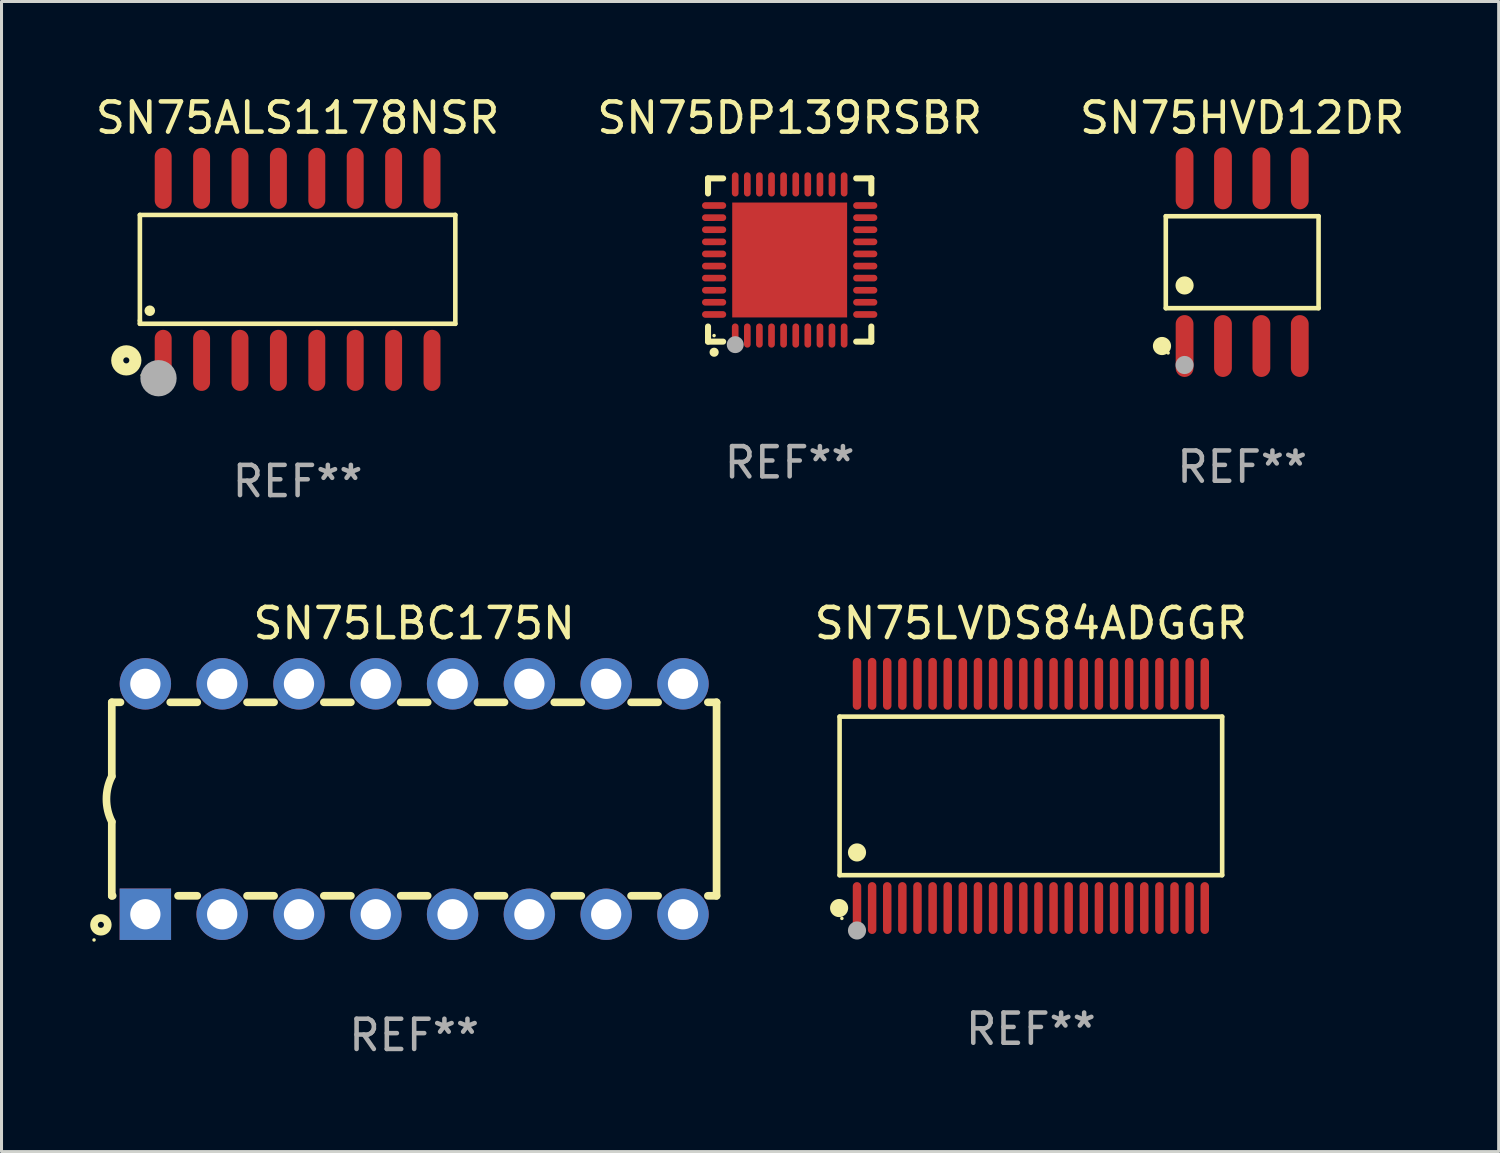
<source format=kicad_pcb>
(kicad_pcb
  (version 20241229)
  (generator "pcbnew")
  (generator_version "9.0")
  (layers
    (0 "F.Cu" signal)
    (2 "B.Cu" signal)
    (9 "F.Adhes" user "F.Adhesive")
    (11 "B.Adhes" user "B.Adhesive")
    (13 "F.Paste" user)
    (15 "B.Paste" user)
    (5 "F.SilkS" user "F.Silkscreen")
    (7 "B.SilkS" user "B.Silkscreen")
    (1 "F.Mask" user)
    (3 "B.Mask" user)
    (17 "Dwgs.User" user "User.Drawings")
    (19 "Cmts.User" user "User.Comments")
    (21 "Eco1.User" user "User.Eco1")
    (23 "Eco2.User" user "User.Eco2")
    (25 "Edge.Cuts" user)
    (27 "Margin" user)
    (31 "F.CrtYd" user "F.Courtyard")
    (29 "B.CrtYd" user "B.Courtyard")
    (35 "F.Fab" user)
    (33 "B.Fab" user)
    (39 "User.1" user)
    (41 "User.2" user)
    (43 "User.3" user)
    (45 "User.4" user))
  (footprint "SN75HVD12DR"
    (layer "F.Cu")
    (at 38.03 5.621)
    (property "Reference" "SN75HVD12DR" (at 0 -4.772 0) (layer "F.SilkS") (effects (font (size 1 1) (thickness 0.15))))
    (attr through_hole)
    (fp_line (start -2.526 -1.521) (end 2.526 -1.521) (stroke (width 0.152) (type solid)) (layer "F.SilkS"))
    (fp_line (start -2.526 1.521) (end -2.526 -1.521) (stroke (width 0.152) (type solid)) (layer "F.SilkS"))
    (fp_line (start 2.526 -1.521) (end 2.526 1.521) (stroke (width 0.152) (type solid)) (layer "F.SilkS"))
    (fp_line (start 2.526 1.521) (end -2.526 1.521) (stroke (width 0.152) (type solid)) (layer "F.SilkS"))
    (fp_circle (center -2.652 2.772) (end -2.501 2.772) (stroke (width 0.3) (type solid)) (fill no) (layer "F.SilkS"))
    (fp_circle (center -2.45 3) (end -2.42 3) (stroke (width 0.06) (type solid)) (fill no) (layer "F.SilkS"))
    (fp_circle (center -1.905 0.769) (end -1.755 0.769) (stroke (width 0.3) (type solid)) (fill no) (layer "F.SilkS"))
    (fp_circle (center -1.905 3.4) (end -1.755 3.4) (stroke (width 0.3) (type solid)) (fill no) (layer "F.Fab"))
    (fp_text user "REF**" (at 0 6.772 0) (layer "F.Fab") (effects (font (size 1 1) (thickness 0.15))))
    (pad "1" smd oval (at -1.905 2.772) (size 0.588 2.045) (layers "F.Cu" "F.Mask" "F.Paste"))
    (pad "2" smd oval (at -0.635 2.772) (size 0.588 2.045) (layers "F.Cu" "F.Mask" "F.Paste"))
    (pad "3" smd oval (at 0.635 2.772) (size 0.588 2.045) (layers "F.Cu" "F.Mask" "F.Paste"))
    (pad "4" smd oval (at 1.905 2.772) (size 0.588 2.045) (layers "F.Cu" "F.Mask" "F.Paste"))
    (pad "5" smd oval (at 1.905 -2.772) (size 0.588 2.045) (layers "F.Cu" "F.Mask" "F.Paste"))
    (pad "6" smd oval (at 0.635 -2.772) (size 0.588 2.045) (layers "F.Cu" "F.Mask" "F.Paste"))
    (pad "7" smd oval (at -0.635 -2.772) (size 0.588 2.045) (layers "F.Cu" "F.Mask" "F.Paste"))
    (pad "8" smd oval (at -1.905 -2.772) (size 0.588 2.045) (layers "F.Cu" "F.Mask" "F.Paste")))
  (footprint "SN75LBC175N"
    (layer "F.Cu")
    (at 10.647 23.375)
    (property "Reference" "SN75LBC175N" (at 0 -5.81 0) (layer "F.SilkS") (effects (font (size 1 1) (thickness 0.15))))
    (attr through_hole)
    (fp_line (start -10 -3.2) (end -10 -0.75) (stroke (width 0.254) (type solid)) (layer "F.SilkS"))
    (fp_line (start -10 -3.2) (end -9.713 -3.2) (stroke (width 0.254) (type solid)) (layer "F.SilkS"))
    (fp_line (start -10 3.2) (end -10 0.75) (stroke (width 0.254) (type solid)) (layer "F.SilkS"))
    (fp_line (start -10 3.2) (end -9.971 3.2) (stroke (width 0.254) (type solid)) (layer "F.SilkS"))
    (fp_line (start -8.067 -3.2) (end -7.173 -3.2) (stroke (width 0.254) (type solid)) (layer "F.SilkS"))
    (fp_line (start -7.809 3.2) (end -7.173 3.2) (stroke (width 0.254) (type solid)) (layer "F.SilkS"))
    (fp_line (start -5.527 3.2) (end -4.633 3.2) (stroke (width 0.254) (type solid)) (layer "F.SilkS"))
    (fp_line (start -5.527 -3.2) (end -4.633 -3.2) (stroke (width 0.254) (type solid)) (layer "F.SilkS"))
    (fp_line (start -2.987 3.2) (end -2.093 3.2) (stroke (width 0.254) (type solid)) (layer "F.SilkS"))
    (fp_line (start -2.987 -3.2) (end -2.093 -3.2) (stroke (width 0.254) (type solid)) (layer "F.SilkS"))
    (fp_line (start -0.447 3.2) (end 0.447 3.2) (stroke (width 0.254) (type solid)) (layer "F.SilkS"))
    (fp_line (start -0.447 -3.2) (end 0.447 -3.2) (stroke (width 0.254) (type solid)) (layer "F.SilkS"))
    (fp_line (start 2.093 3.2) (end 2.987 3.2) (stroke (width 0.254) (type solid)) (layer "F.SilkS"))
    (fp_line (start 2.093 -3.2) (end 2.987 -3.2) (stroke (width 0.254) (type solid)) (layer "F.SilkS"))
    (fp_line (start 4.633 3.2) (end 5.527 3.2) (stroke (width 0.254) (type solid)) (layer "F.SilkS"))
    (fp_line (start 4.633 -3.2) (end 5.527 -3.2) (stroke (width 0.254) (type solid)) (layer "F.SilkS"))
    (fp_line (start 7.173 3.2) (end 8.067 3.2) (stroke (width 0.254) (type solid)) (layer "F.SilkS"))
    (fp_line (start 7.173 -3.2) (end 8.067 -3.2) (stroke (width 0.254) (type solid)) (layer "F.SilkS"))
    (fp_line (start 9.713 3.2) (end 10 3.2) (stroke (width 0.254) (type solid)) (layer "F.SilkS"))
    (fp_line (start 9.713 -3.2) (end 10 -3.2) (stroke (width 0.254) (type solid)) (layer "F.SilkS"))
    (fp_line (start 10 -3.2) (end 10 3.2) (stroke (width 0.254) (type solid)) (layer "F.SilkS"))
    (fp_arc (start -10 0.748793) (mid -10.176918 -0.000607) (end -10.000025 -0.750013) (stroke (width 0.254001) (type solid)) (layer "F.SilkS"))
    (fp_circle (center -10.587 4.66) (end -10.557 4.66) (stroke (width 0.06) (type solid)) (fill no) (layer "F.SilkS"))
    (fp_circle (center -10.36 4.16) (end -10.26 4.16) (stroke (width 0.254) (type solid)) (fill no) (layer "F.SilkS"))
    (fp_text user "REF**" (at 0 7.81 0) (layer "F.Fab") (effects (font (size 1 1) (thickness 0.15))))
    (pad "1" thru_hole rect (at -8.89 3.81 90) (size 1.7 1.7) (drill 1) (layers "*.Cu" "*.Mask"))
    (pad "2" thru_hole circle (at -6.35 3.81) (size 1.7 1.7) (drill 1) (layers "*.Cu" "*.Mask"))
    (pad "3" thru_hole circle (at -3.81 3.81) (size 1.7 1.7) (drill 1) (layers "*.Cu" "*.Mask"))
    (pad "4" thru_hole circle (at -1.27 3.81) (size 1.7 1.7) (drill 1) (layers "*.Cu" "*.Mask"))
    (pad "5" thru_hole circle (at 1.27 3.81) (size 1.7 1.7) (drill 1) (layers "*.Cu" "*.Mask"))
    (pad "6" thru_hole circle (at 3.81 3.81) (size 1.7 1.7) (drill 1) (layers "*.Cu" "*.Mask"))
    (pad "7" thru_hole circle (at 6.35 3.81) (size 1.7 1.7) (drill 1) (layers "*.Cu" "*.Mask"))
    (pad "8" thru_hole circle (at 8.89 3.81) (size 1.7 1.7) (drill 1) (layers "*.Cu" "*.Mask"))
    (pad "9" thru_hole circle (at 8.89 -3.81) (size 1.7 1.7) (drill 1) (layers "*.Cu" "*.Mask"))
    (pad "10" thru_hole circle (at 6.35 -3.81) (size 1.7 1.7) (drill 1) (layers "*.Cu" "*.Mask"))
    (pad "11" thru_hole circle (at 3.81 -3.81) (size 1.7 1.7) (drill 1) (layers "*.Cu" "*.Mask"))
    (pad "12" thru_hole circle (at 1.27 -3.81) (size 1.7 1.7) (drill 1) (layers "*.Cu" "*.Mask"))
    (pad "13" thru_hole circle (at -1.27 -3.81) (size 1.7 1.7) (drill 1) (layers "*.Cu" "*.Mask"))
    (pad "14" thru_hole circle (at -3.81 -3.81) (size 1.7 1.7) (drill 1) (layers "*.Cu" "*.Mask"))
    (pad "15" thru_hole circle (at -6.35 -3.81) (size 1.7 1.7) (drill 1) (layers "*.Cu" "*.Mask"))
    (pad "16" thru_hole circle (at -8.89 -3.81) (size 1.7 1.7) (drill 1) (layers "*.Cu" "*.Mask")))
  (footprint "SN75LVDS84ADGGR"
    (layer "F.Cu")
    (at 31.042 23.272)
    (property "Reference" "SN75LVDS84ADGGR" (at 0 -5.708 0) (layer "F.SilkS") (effects (font (size 1 1) (thickness 0.15))))
    (attr through_hole)
    (fp_line (start -6.326 -2.622) (end 6.326 -2.622) (stroke (width 0.152) (type solid)) (layer "F.SilkS"))
    (fp_line (start -6.326 2.621) (end -6.326 -2.622) (stroke (width 0.152) (type solid)) (layer "F.SilkS"))
    (fp_line (start 6.326 -2.622) (end 6.326 2.621) (stroke (width 0.152) (type solid)) (layer "F.SilkS"))
    (fp_line (start 6.326 2.621) (end -6.326 2.621) (stroke (width 0.152) (type solid)) (layer "F.SilkS"))
    (fp_circle (center -6.342 3.708) (end -6.192 3.708) (stroke (width 0.3) (type solid)) (fill no) (layer "F.SilkS"))
    (fp_circle (center -6.25 4.05) (end -6.22 4.05) (stroke (width 0.06) (type solid)) (fill no) (layer "F.SilkS"))
    (fp_circle (center -5.75 1.869) (end -5.6 1.869) (stroke (width 0.3) (type solid)) (fill no) (layer "F.SilkS"))
    (fp_circle (center -5.75 4.45) (end -5.6 4.45) (stroke (width 0.3) (type solid)) (fill no) (layer "F.Fab"))
    (fp_text user "REF**" (at 0 7.708 0) (layer "F.Fab") (effects (font (size 1 1) (thickness 0.15))))
    (pad "1" smd oval (at -5.75 3.708) (size 0.28 1.715) (layers "F.Cu" "F.Mask" "F.Paste"))
    (pad "2" smd oval (at -5.25 3.708) (size 0.28 1.715) (layers "F.Cu" "F.Mask" "F.Paste"))
    (pad "3" smd oval (at -4.75 3.708) (size 0.28 1.715) (layers "F.Cu" "F.Mask" "F.Paste"))
    (pad "4" smd oval (at -4.25 3.708) (size 0.28 1.715) (layers "F.Cu" "F.Mask" "F.Paste"))
    (pad "5" smd oval (at -3.75 3.708) (size 0.28 1.715) (layers "F.Cu" "F.Mask" "F.Paste"))
    (pad "6" smd oval (at -3.25 3.708) (size 0.28 1.715) (layers "F.Cu" "F.Mask" "F.Paste"))
    (pad "7" smd oval (at -2.75 3.708) (size 0.28 1.715) (layers "F.Cu" "F.Mask" "F.Paste"))
    (pad "8" smd oval (at -2.25 3.708) (size 0.28 1.715) (layers "F.Cu" "F.Mask" "F.Paste"))
    (pad "9" smd oval (at -1.75 3.708) (size 0.28 1.715) (layers "F.Cu" "F.Mask" "F.Paste"))
    (pad "10" smd oval (at -1.25 3.708) (size 0.28 1.715) (layers "F.Cu" "F.Mask" "F.Paste"))
    (pad "11" smd oval (at -0.75 3.708) (size 0.28 1.715) (layers "F.Cu" "F.Mask" "F.Paste"))
    (pad "12" smd oval (at -0.25 3.708) (size 0.28 1.715) (layers "F.Cu" "F.Mask" "F.Paste"))
    (pad "13" smd oval (at 0.25 3.708) (size 0.28 1.715) (layers "F.Cu" "F.Mask" "F.Paste"))
    (pad "14" smd oval (at 0.75 3.708) (size 0.28 1.715) (layers "F.Cu" "F.Mask" "F.Paste"))
    (pad "15" smd oval (at 1.25 3.708) (size 0.28 1.715) (layers "F.Cu" "F.Mask" "F.Paste"))
    (pad "16" smd oval (at 1.75 3.708) (size 0.28 1.715) (layers "F.Cu" "F.Mask" "F.Paste"))
    (pad "17" smd oval (at 2.25 3.708) (size 0.28 1.715) (layers "F.Cu" "F.Mask" "F.Paste"))
    (pad "18" smd oval (at 2.75 3.708) (size 0.28 1.715) (layers "F.Cu" "F.Mask" "F.Paste"))
    (pad "19" smd oval (at 3.25 3.708) (size 0.28 1.715) (layers "F.Cu" "F.Mask" "F.Paste"))
    (pad "20" smd oval (at 3.75 3.708) (size 0.28 1.715) (layers "F.Cu" "F.Mask" "F.Paste"))
    (pad "21" smd oval (at 4.25 3.708) (size 0.28 1.715) (layers "F.Cu" "F.Mask" "F.Paste"))
    (pad "22" smd oval (at 4.75 3.708) (size 0.28 1.715) (layers "F.Cu" "F.Mask" "F.Paste"))
    (pad "23" smd oval (at 5.25 3.708) (size 0.28 1.715) (layers "F.Cu" "F.Mask" "F.Paste"))
    (pad "24" smd oval (at 5.75 3.708) (size 0.28 1.715) (layers "F.Cu" "F.Mask" "F.Paste"))
    (pad "25" smd oval (at 5.75 -3.708) (size 0.28 1.715) (layers "F.Cu" "F.Mask" "F.Paste"))
    (pad "26" smd oval (at 5.25 -3.708) (size 0.28 1.715) (layers "F.Cu" "F.Mask" "F.Paste"))
    (pad "27" smd oval (at 4.75 -3.708) (size 0.28 1.715) (layers "F.Cu" "F.Mask" "F.Paste"))
    (pad "28" smd oval (at 4.25 -3.708) (size 0.28 1.715) (layers "F.Cu" "F.Mask" "F.Paste"))
    (pad "29" smd oval (at 3.75 -3.708) (size 0.28 1.715) (layers "F.Cu" "F.Mask" "F.Paste"))
    (pad "30" smd oval (at 3.25 -3.708) (size 0.28 1.715) (layers "F.Cu" "F.Mask" "F.Paste"))
    (pad "31" smd oval (at 2.75 -3.708) (size 0.28 1.715) (layers "F.Cu" "F.Mask" "F.Paste"))
    (pad "32" smd oval (at 2.25 -3.708) (size 0.28 1.715) (layers "F.Cu" "F.Mask" "F.Paste"))
    (pad "33" smd oval (at 1.75 -3.708) (size 0.28 1.715) (layers "F.Cu" "F.Mask" "F.Paste"))
    (pad "34" smd oval (at 1.25 -3.708) (size 0.28 1.715) (layers "F.Cu" "F.Mask" "F.Paste"))
    (pad "35" smd oval (at 0.75 -3.708) (size 0.28 1.715) (layers "F.Cu" "F.Mask" "F.Paste"))
    (pad "36" smd oval (at 0.25 -3.708) (size 0.28 1.715) (layers "F.Cu" "F.Mask" "F.Paste"))
    (pad "37" smd oval (at -0.25 -3.708) (size 0.28 1.715) (layers "F.Cu" "F.Mask" "F.Paste"))
    (pad "38" smd oval (at -0.75 -3.708) (size 0.28 1.715) (layers "F.Cu" "F.Mask" "F.Paste"))
    (pad "39" smd oval (at -1.25 -3.708) (size 0.28 1.715) (layers "F.Cu" "F.Mask" "F.Paste"))
    (pad "40" smd oval (at -1.75 -3.708) (size 0.28 1.715) (layers "F.Cu" "F.Mask" "F.Paste"))
    (pad "41" smd oval (at -2.25 -3.708) (size 0.28 1.715) (layers "F.Cu" "F.Mask" "F.Paste"))
    (pad "42" smd oval (at -2.75 -3.708) (size 0.28 1.715) (layers "F.Cu" "F.Mask" "F.Paste"))
    (pad "43" smd oval (at -3.25 -3.708) (size 0.28 1.715) (layers "F.Cu" "F.Mask" "F.Paste"))
    (pad "44" smd oval (at -3.75 -3.708) (size 0.28 1.715) (layers "F.Cu" "F.Mask" "F.Paste"))
    (pad "45" smd oval (at -4.25 -3.708) (size 0.28 1.715) (layers "F.Cu" "F.Mask" "F.Paste"))
    (pad "46" smd oval (at -4.75 -3.708) (size 0.28 1.715) (layers "F.Cu" "F.Mask" "F.Paste"))
    (pad "47" smd oval (at -5.25 -3.708) (size 0.28 1.715) (layers "F.Cu" "F.Mask" "F.Paste"))
    (pad "48" smd oval (at -5.75 -3.708) (size 0.28 1.715) (layers "F.Cu" "F.Mask" "F.Paste")))
  (footprint "SN75ALS1178NSR"
    (layer "F.Cu")
    (at 6.792 5.858)
    (property "Reference" "SN75ALS1178NSR" (at 0 -5.01 0) (layer "F.SilkS") (effects (font (size 1 1) (thickness 0.15))))
    (attr through_hole)
    (fp_line (start -5.216 -1.8) (end 5.216 -1.8) (stroke (width 0.152) (type solid)) (layer "F.SilkS"))
    (fp_line (start -5.216 1.695) (end -5.216 -1.8) (stroke (width 0.152) (type solid)) (layer "F.SilkS"))
    (fp_line (start -5.216 1.8) (end -5.216 1.695) (stroke (width 0.152) (type solid)) (layer "F.SilkS"))
    (fp_line (start 5.216 -1.8) (end 5.216 1.8) (stroke (width 0.152) (type solid)) (layer "F.SilkS"))
    (fp_line (start 5.216 1.8) (end -5.216 1.8) (stroke (width 0.152) (type solid)) (layer "F.SilkS"))
    (fp_circle (center -5.665 3.01) (end -5.565 3.01) (stroke (width 0.4) (type solid)) (fill no) (layer "F.SilkS"))
    (fp_circle (center -5.14 3.5) (end -5.11 3.5) (stroke (width 0.06) (type solid)) (fill no) (layer "F.SilkS"))
    (fp_circle (center -4.889 1.368) (end -4.801 1.368) (stroke (width 0.175) (type solid)) (fill no) (layer "F.SilkS"))
    (fp_circle (center -4.6 3.6) (end -4.3 3.6) (stroke (width 0.6) (type solid)) (fill no) (layer "F.Fab"))
    (fp_text user "REF**" (at 0 7.01 0) (layer "F.Fab") (effects (font (size 1 1) (thickness 0.15))))
    (pad "1" smd oval (at -4.445 3.01) (size 0.56 2.02) (layers "F.Cu" "F.Mask" "F.Paste"))
    (pad "2" smd oval (at -3.175 3.01) (size 0.56 2.02) (layers "F.Cu" "F.Mask" "F.Paste"))
    (pad "3" smd oval (at -1.905 3.01) (size 0.56 2.02) (layers "F.Cu" "F.Mask" "F.Paste"))
    (pad "4" smd oval (at -0.635 3.01) (size 0.56 2.02) (layers "F.Cu" "F.Mask" "F.Paste"))
    (pad "5" smd oval (at 0.635 3.01) (size 0.56 2.02) (layers "F.Cu" "F.Mask" "F.Paste"))
    (pad "6" smd oval (at 1.905 3.01) (size 0.56 2.02) (layers "F.Cu" "F.Mask" "F.Paste"))
    (pad "7" smd oval (at 3.175 3.01) (size 0.56 2.02) (layers "F.Cu" "F.Mask" "F.Paste"))
    (pad "8" smd oval (at 4.445 3.01) (size 0.56 2.02) (layers "F.Cu" "F.Mask" "F.Paste"))
    (pad "9" smd oval (at 4.445 -3.01) (size 0.56 2.02) (layers "F.Cu" "F.Mask" "F.Paste"))
    (pad "10" smd oval (at 3.175 -3.01) (size 0.56 2.02) (layers "F.Cu" "F.Mask" "F.Paste"))
    (pad "11" smd oval (at 1.905 -3.01) (size 0.56 2.02) (layers "F.Cu" "F.Mask" "F.Paste"))
    (pad "12" smd oval (at 0.635 -3.01) (size 0.56 2.02) (layers "F.Cu" "F.Mask" "F.Paste"))
    (pad "13" smd oval (at -0.635 -3.01) (size 0.56 2.02) (layers "F.Cu" "F.Mask" "F.Paste"))
    (pad "14" smd oval (at -1.905 -3.01) (size 0.56 2.02) (layers "F.Cu" "F.Mask" "F.Paste"))
    (pad "15" smd oval (at -3.175 -3.01) (size 0.56 2.02) (layers "F.Cu" "F.Mask" "F.Paste"))
    (pad "16" smd oval (at -4.445 -3.01) (size 0.56 2.02) (layers "F.Cu" "F.Mask" "F.Paste")))
  (footprint "SN75DP139RSBR"
    (layer "F.Cu")
    (at 23.065 5.548)
    (property "Reference" "SN75DP139RSBR" (at 0 -4.7 0) (layer "F.SilkS") (effects (font (size 1 1) (thickness 0.15))))
    (attr through_hole)
    (fp_line (start -2.7 -2.7) (end -2.7 -2.2) (stroke (width 0.2) (type solid)) (layer "F.SilkS"))
    (fp_line (start -2.7 2.7) (end -2.7 2.2) (stroke (width 0.2) (type solid)) (layer "F.SilkS"))
    (fp_line (start -2.2 -2.7) (end -2.7 -2.7) (stroke (width 0.2) (type solid)) (layer "F.SilkS"))
    (fp_line (start -2.2 2.7) (end -2.7 2.7) (stroke (width 0.2) (type solid)) (layer "F.SilkS"))
    (fp_line (start 2.7 -2.7) (end 2.2 -2.7) (stroke (width 0.2) (type solid)) (layer "F.SilkS"))
    (fp_line (start 2.7 -2.2) (end 2.7 -2.7) (stroke (width 0.2) (type solid)) (layer "F.SilkS"))
    (fp_line (start 2.7 2.2) (end 2.7 2.7) (stroke (width 0.2) (type solid)) (layer "F.SilkS"))
    (fp_line (start 2.7 2.7) (end 2.2 2.7) (stroke (width 0.2) (type solid)) (layer "F.SilkS"))
    (fp_arc (start -2.499365 3.050546) (mid -2.498095 3.050541) (end -2.496825 3.050546) (stroke (width 0.3) (type solid)) (layer "F.SilkS"))
    (fp_circle (center -2.5 2.5) (end -2.47 2.5) (stroke (width 0.06) (type solid)) (fill no) (layer "F.SilkS"))
    (fp_circle (center -1.8 2.8) (end -1.66 2.8) (stroke (width 0.28) (type solid)) (fill no) (layer "F.Fab"))
    (fp_text user "REF**" (at 0 6.7 0) (layer "F.Fab") (effects (font (size 1 1) (thickness 0.15))))
    (pad "1" smd oval (at -1.801 2.499 180) (size 0.22 0.8) (layers "F.Cu" "F.Mask" "F.Paste"))
    (pad "2" smd oval (at -1.4 2.499 180) (size 0.22 0.8) (layers "F.Cu" "F.Mask" "F.Paste"))
    (pad "3" smd oval (at -1.001 2.499 180) (size 0.22 0.8) (layers "F.Cu" "F.Mask" "F.Paste"))
    (pad "4" smd oval (at -0.6 2.499 180) (size 0.22 0.8) (layers "F.Cu" "F.Mask" "F.Paste"))
    (pad "5" smd oval (at -0.201 2.499 180) (size 0.22 0.8) (layers "F.Cu" "F.Mask" "F.Paste"))
    (pad "6" smd oval (at 0.201 2.499 180) (size 0.22 0.8) (layers "F.Cu" "F.Mask" "F.Paste"))
    (pad "7" smd oval (at 0.599 2.499 180) (size 0.22 0.8) (layers "F.Cu" "F.Mask" "F.Paste"))
    (pad "8" smd oval (at 1.001 2.499 180) (size 0.22 0.8) (layers "F.Cu" "F.Mask" "F.Paste"))
    (pad "9" smd oval (at 1.399 2.499 180) (size 0.22 0.8) (layers "F.Cu" "F.Mask" "F.Paste"))
    (pad "10" smd oval (at 1.801 2.499 180) (size 0.22 0.8) (layers "F.Cu" "F.Mask" "F.Paste"))
    (pad "11" smd oval (at 2.499 1.801 270) (size 0.22 0.8) (layers "F.Cu" "F.Mask" "F.Paste"))
    (pad "12" smd oval (at 2.499 1.399 270) (size 0.22 0.8) (layers "F.Cu" "F.Mask" "F.Paste"))
    (pad "13" smd oval (at 2.499 1.001 270) (size 0.22 0.8) (layers "F.Cu" "F.Mask" "F.Paste"))
    (pad "14" smd oval (at 2.499 0.599 270) (size 0.22 0.8) (layers "F.Cu" "F.Mask" "F.Paste"))
    (pad "15" smd oval (at 2.499 0.201 270) (size 0.22 0.8) (layers "F.Cu" "F.Mask" "F.Paste"))
    (pad "16" smd oval (at 2.499 -0.201 270) (size 0.22 0.8) (layers "F.Cu" "F.Mask" "F.Paste"))
    (pad "17" smd oval (at 2.499 -0.6 270) (size 0.22 0.8) (layers "F.Cu" "F.Mask" "F.Paste"))
    (pad "18" smd oval (at 2.499 -1.001 270) (size 0.22 0.8) (layers "F.Cu" "F.Mask" "F.Paste"))
    (pad "19" smd oval (at 2.499 -1.4 270) (size 0.22 0.8) (layers "F.Cu" "F.Mask" "F.Paste"))
    (pad "20" smd oval (at 2.499 -1.801 270) (size 0.22 0.8) (layers "F.Cu" "F.Mask" "F.Paste"))
    (pad "21" smd oval (at 1.801 -2.499) (size 0.22 0.8) (layers "F.Cu" "F.Mask" "F.Paste"))
    (pad "22" smd oval (at 1.399 -2.499) (size 0.22 0.8) (layers "F.Cu" "F.Mask" "F.Paste"))
    (pad "23" smd oval (at 1.001 -2.499) (size 0.22 0.8) (layers "F.Cu" "F.Mask" "F.Paste"))
    (pad "24" smd oval (at 0.599 -2.499) (size 0.22 0.8) (layers "F.Cu" "F.Mask" "F.Paste"))
    (pad "25" smd oval (at 0.201 -2.499) (size 0.22 0.8) (layers "F.Cu" "F.Mask" "F.Paste"))
    (pad "26" smd oval (at -0.201 -2.499) (size 0.22 0.8) (layers "F.Cu" "F.Mask" "F.Paste"))
    (pad "27" smd oval (at -0.6 -2.499) (size 0.22 0.8) (layers "F.Cu" "F.Mask" "F.Paste"))
    (pad "28" smd oval (at -1.001 -2.499) (size 0.22 0.8) (layers "F.Cu" "F.Mask" "F.Paste"))
    (pad "29" smd oval (at -1.4 -2.499) (size 0.22 0.8) (layers "F.Cu" "F.Mask" "F.Paste"))
    (pad "30" smd oval (at -1.801 -2.499) (size 0.22 0.8) (layers "F.Cu" "F.Mask" "F.Paste"))
    (pad "31" smd oval (at -2.499 -1.801 90) (size 0.22 0.8) (layers "F.Cu" "F.Mask" "F.Paste"))
    (pad "32" smd oval (at -2.499 -1.4 90) (size 0.22 0.8) (layers "F.Cu" "F.Mask" "F.Paste"))
    (pad "33" smd oval (at -2.499 -1.001 90) (size 0.22 0.8) (layers "F.Cu" "F.Mask" "F.Paste"))
    (pad "34" smd oval (at -2.499 -0.6 90) (size 0.22 0.8) (layers "F.Cu" "F.Mask" "F.Paste"))
    (pad "35" smd oval (at -2.499 -0.201 90) (size 0.22 0.8) (layers "F.Cu" "F.Mask" "F.Paste"))
    (pad "36" smd oval (at -2.499 0.201 90) (size 0.22 0.8) (layers "F.Cu" "F.Mask" "F.Paste"))
    (pad "37" smd oval (at -2.499 0.599 90) (size 0.22 0.8) (layers "F.Cu" "F.Mask" "F.Paste"))
    (pad "38" smd oval (at -2.499 1.001 90) (size 0.22 0.8) (layers "F.Cu" "F.Mask" "F.Paste"))
    (pad "39" smd oval (at -2.499 1.399 90) (size 0.22 0.8) (layers "F.Cu" "F.Mask" "F.Paste"))
    (pad "40" smd oval (at -2.499 1.801 90) (size 0.22 0.8) (layers "F.Cu" "F.Mask" "F.Paste"))
    (pad "41" smd rect (at -0.000076 -0.000076 90) (size 3.8 3.8) (layers "F.Cu" "F.Mask" "F.Paste")))
  (gr_rect
    (start -3 -3)
    (end 46.512 35.033)
    (stroke (width 0.1) (type default))
    (fill no)
    (layer "Edge.Cuts")))
</source>
